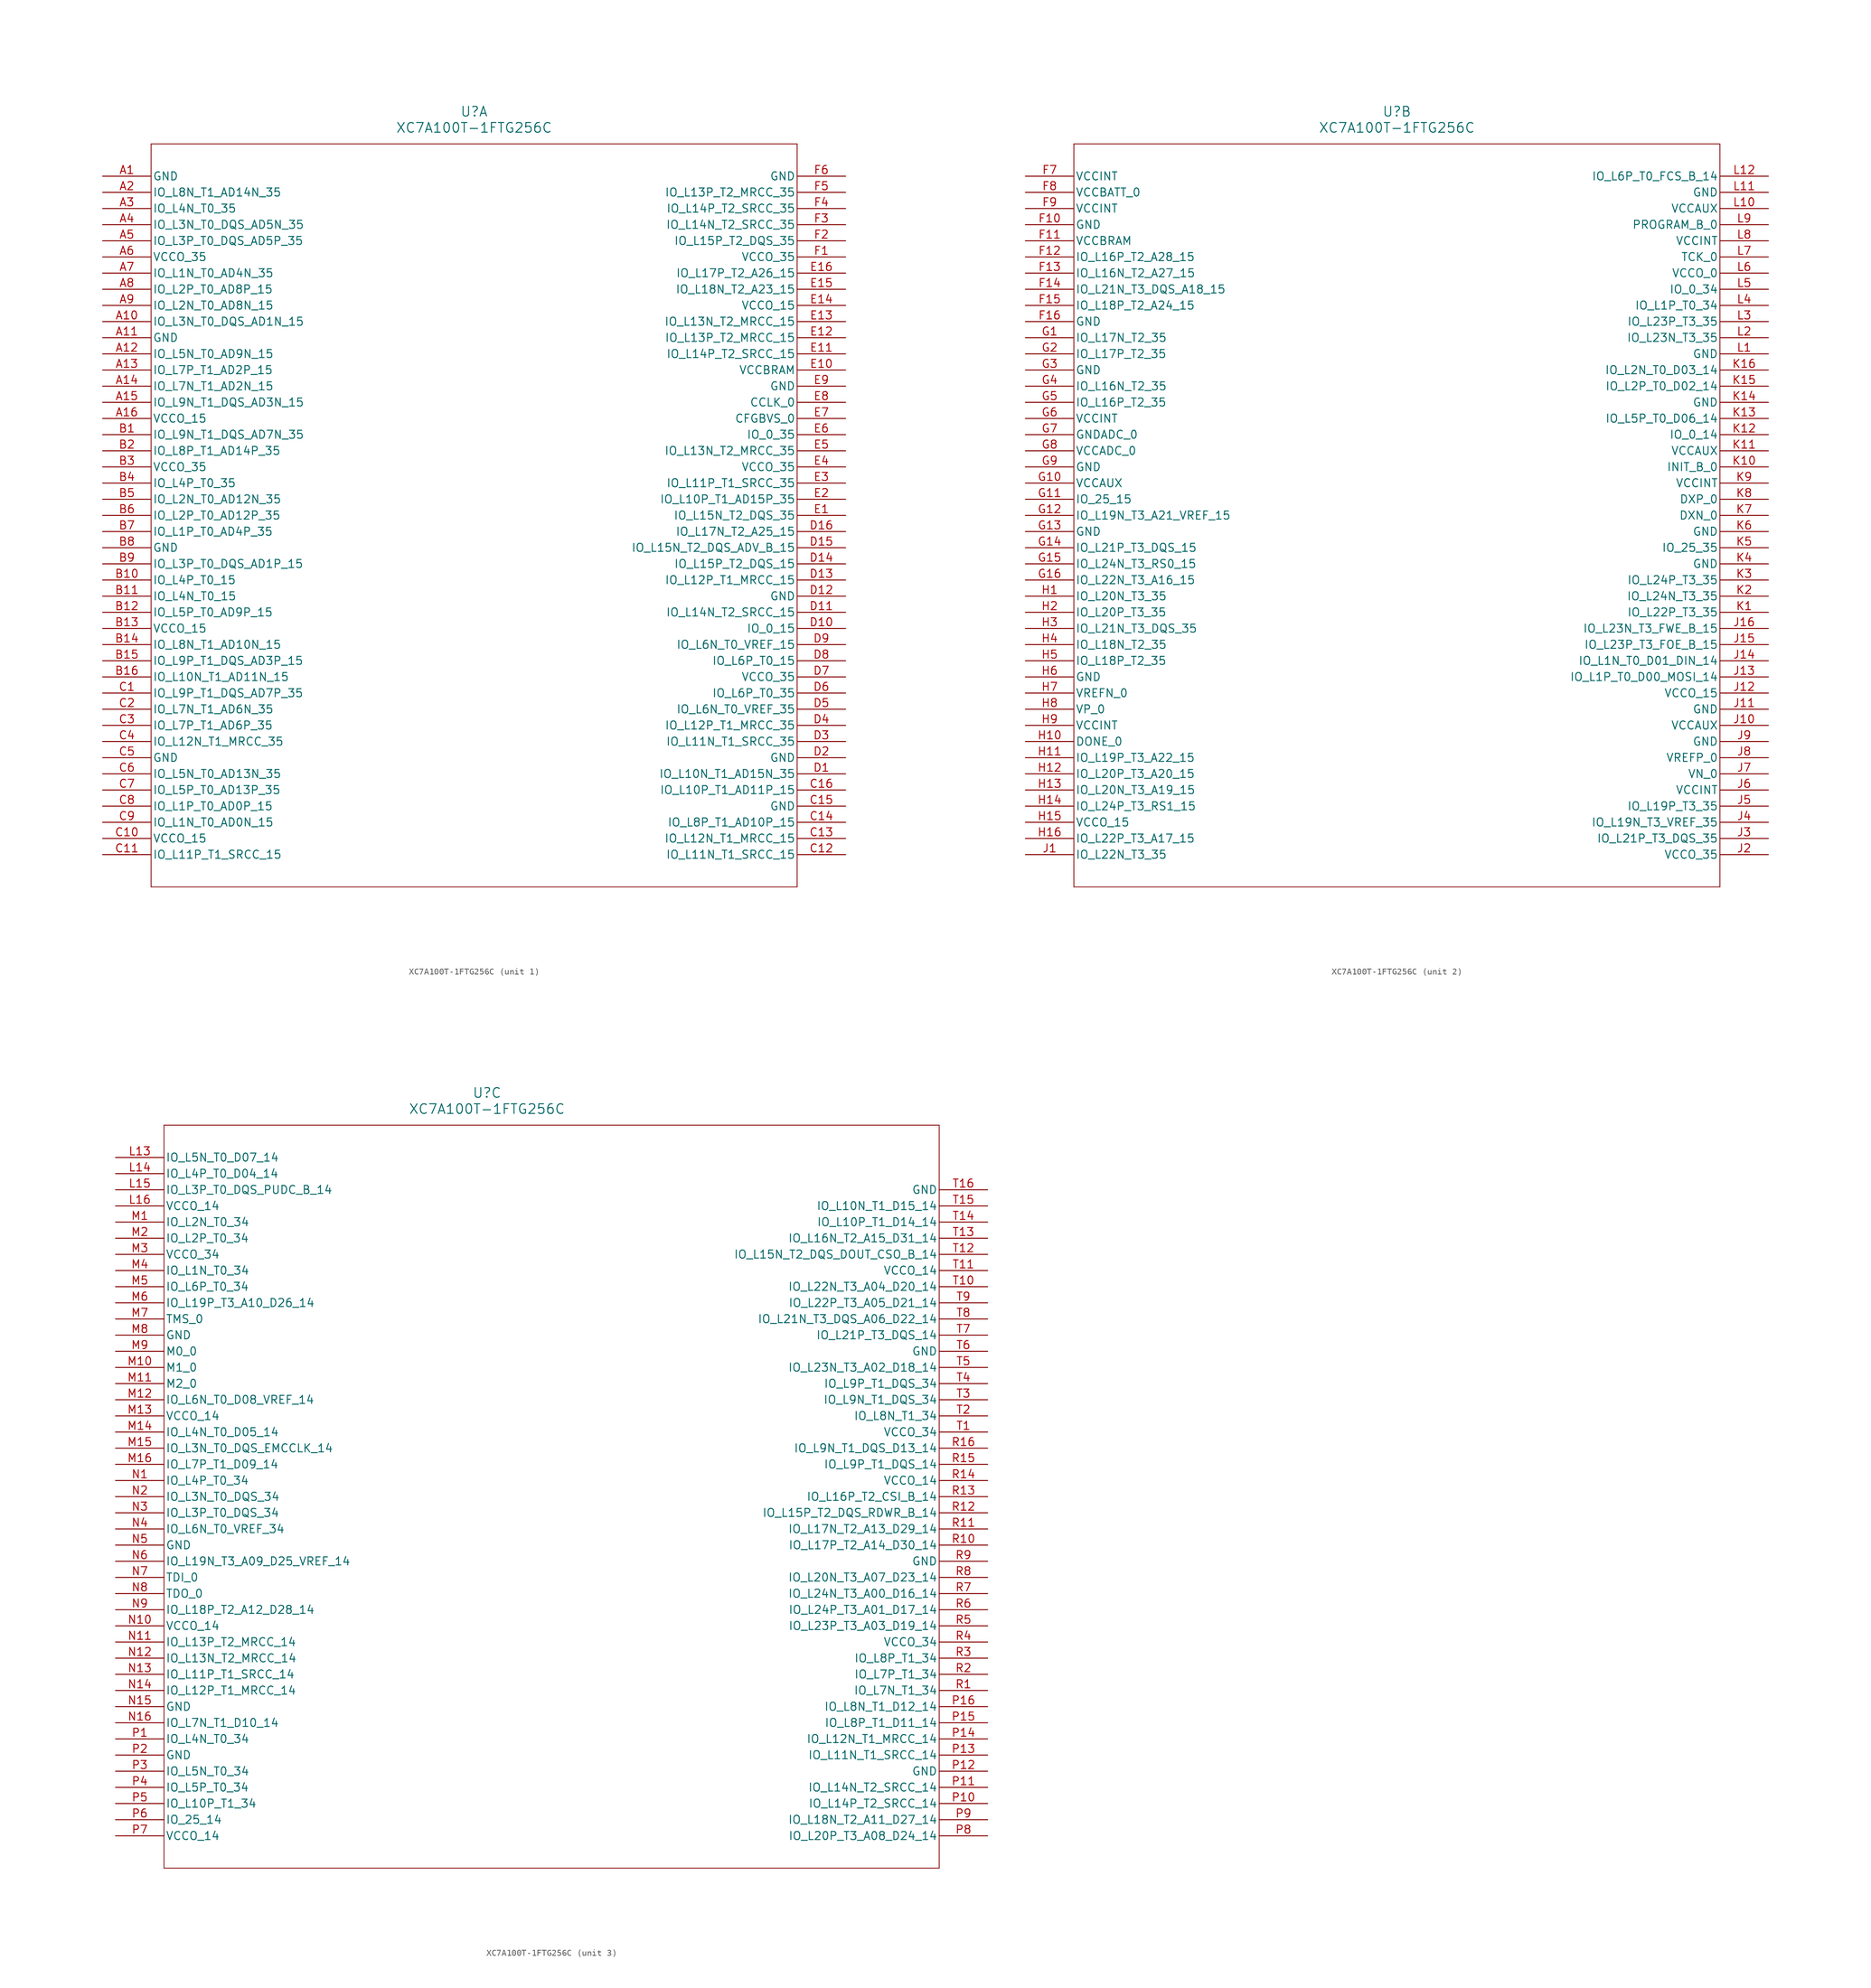
<source format=kicad_sym>
(kicad_symbol_lib
  (version 20231120)
  (generator "kicad_symbol_editor")
  (generator_version "8.0")
  (symbol "XC7A100T-1FTG256C"
    (pin_names
      (offset 0.254))
    (property "Reference" "U"
      (at 58.42 10.16 0)
      (effects (font (size 1.524 1.524))))
    (property "Value" "XC7A100T-1FTG256C"
      (at 58.42 7.62 0)
      (effects (font (size 1.524 1.524))))
    (property "ki_locked" ""
      (at 0 0 0)
      (effects (font (size 1.27 1.27))))
    (symbol "XC7A100T-1FTG256C_1_1"
      (polyline (pts (xy 7.62 -111.76) (xy 109.22 -111.76)) (stroke (width 0.127) (type default)) (fill (type none)))
      (polyline (pts (xy 7.62 5.08) (xy 7.62 -111.76)) (stroke (width 0.127) (type default)) (fill (type none)))
      (polyline (pts (xy 109.22 -111.76) (xy 109.22 5.08)) (stroke (width 0.127) (type default)) (fill (type none)))
      (polyline (pts (xy 109.22 5.08) (xy 7.62 5.08)) (stroke (width 0.127) (type default)) (fill (type none)))
      (pin power_out line (at 0 0 0) (length 7.62) (name "GND" (effects (font (size 1.27 1.27)))) (number "A1" (effects (font (size 1.27 1.27)))))
      (pin bidirectional line (at 0 -22.86 0) (length 7.62) (name "IO_L3N_T0_DQS_AD1N_15" (effects (font (size 1.27 1.27)))) (number "A10" (effects (font (size 1.27 1.27)))))
      (pin power_out line (at 0 -25.4 0) (length 7.62) (name "GND" (effects (font (size 1.27 1.27)))) (number "A11" (effects (font (size 1.27 1.27)))))
      (pin bidirectional line (at 0 -27.94 0) (length 7.62) (name "IO_L5N_T0_AD9N_15" (effects (font (size 1.27 1.27)))) (number "A12" (effects (font (size 1.27 1.27)))))
      (pin bidirectional line (at 0 -30.48 0) (length 7.62) (name "IO_L7P_T1_AD2P_15" (effects (font (size 1.27 1.27)))) (number "A13" (effects (font (size 1.27 1.27)))))
      (pin bidirectional line (at 0 -33.02 0) (length 7.62) (name "IO_L7N_T1_AD2N_15" (effects (font (size 1.27 1.27)))) (number "A14" (effects (font (size 1.27 1.27)))))
      (pin bidirectional line (at 0 -35.56 0) (length 7.62) (name "IO_L9N_T1_DQS_AD3N_15" (effects (font (size 1.27 1.27)))) (number "A15" (effects (font (size 1.27 1.27)))))
      (pin power_in line (at 0 -38.1 0) (length 7.62) (name "VCCO_15" (effects (font (size 1.27 1.27)))) (number "A16" (effects (font (size 1.27 1.27)))))
      (pin bidirectional line (at 0 -2.54 0) (length 7.62) (name "IO_L8N_T1_AD14N_35" (effects (font (size 1.27 1.27)))) (number "A2" (effects (font (size 1.27 1.27)))))
      (pin bidirectional line (at 0 -5.08 0) (length 7.62) (name "IO_L4N_T0_35" (effects (font (size 1.27 1.27)))) (number "A3" (effects (font (size 1.27 1.27)))))
      (pin bidirectional line (at 0 -7.62 0) (length 7.62) (name "IO_L3N_T0_DQS_AD5N_35" (effects (font (size 1.27 1.27)))) (number "A4" (effects (font (size 1.27 1.27)))))
      (pin bidirectional line (at 0 -10.16 0) (length 7.62) (name "IO_L3P_T0_DQS_AD5P_35" (effects (font (size 1.27 1.27)))) (number "A5" (effects (font (size 1.27 1.27)))))
      (pin power_in line (at 0 -12.7 0) (length 7.62) (name "VCCO_35" (effects (font (size 1.27 1.27)))) (number "A6" (effects (font (size 1.27 1.27)))))
      (pin bidirectional line (at 0 -15.24 0) (length 7.62) (name "IO_L1N_T0_AD4N_35" (effects (font (size 1.27 1.27)))) (number "A7" (effects (font (size 1.27 1.27)))))
      (pin bidirectional line (at 0 -17.78 0) (length 7.62) (name "IO_L2P_T0_AD8P_15" (effects (font (size 1.27 1.27)))) (number "A8" (effects (font (size 1.27 1.27)))))
      (pin bidirectional line (at 0 -20.32 0) (length 7.62) (name "IO_L2N_T0_AD8N_15" (effects (font (size 1.27 1.27)))) (number "A9" (effects (font (size 1.27 1.27)))))
      (pin bidirectional line (at 0 -40.64 0) (length 7.62) (name "IO_L9N_T1_DQS_AD7N_35" (effects (font (size 1.27 1.27)))) (number "B1" (effects (font (size 1.27 1.27)))))
      (pin bidirectional line (at 0 -63.5 0) (length 7.62) (name "IO_L4P_T0_15" (effects (font (size 1.27 1.27)))) (number "B10" (effects (font (size 1.27 1.27)))))
      (pin bidirectional line (at 0 -66.04 0) (length 7.62) (name "IO_L4N_T0_15" (effects (font (size 1.27 1.27)))) (number "B11" (effects (font (size 1.27 1.27)))))
      (pin bidirectional line (at 0 -68.58 0) (length 7.62) (name "IO_L5P_T0_AD9P_15" (effects (font (size 1.27 1.27)))) (number "B12" (effects (font (size 1.27 1.27)))))
      (pin power_in line (at 0 -71.12 0) (length 7.62) (name "VCCO_15" (effects (font (size 1.27 1.27)))) (number "B13" (effects (font (size 1.27 1.27)))))
      (pin bidirectional line (at 0 -73.66 0) (length 7.62) (name "IO_L8N_T1_AD10N_15" (effects (font (size 1.27 1.27)))) (number "B14" (effects (font (size 1.27 1.27)))))
      (pin bidirectional line (at 0 -76.2 0) (length 7.62) (name "IO_L9P_T1_DQS_AD3P_15" (effects (font (size 1.27 1.27)))) (number "B15" (effects (font (size 1.27 1.27)))))
      (pin bidirectional line (at 0 -78.74 0) (length 7.62) (name "IO_L10N_T1_AD11N_15" (effects (font (size 1.27 1.27)))) (number "B16" (effects (font (size 1.27 1.27)))))
      (pin bidirectional line (at 0 -43.18 0) (length 7.62) (name "IO_L8P_T1_AD14P_35" (effects (font (size 1.27 1.27)))) (number "B2" (effects (font (size 1.27 1.27)))))
      (pin power_in line (at 0 -45.72 0) (length 7.62) (name "VCCO_35" (effects (font (size 1.27 1.27)))) (number "B3" (effects (font (size 1.27 1.27)))))
      (pin bidirectional line (at 0 -48.26 0) (length 7.62) (name "IO_L4P_T0_35" (effects (font (size 1.27 1.27)))) (number "B4" (effects (font (size 1.27 1.27)))))
      (pin bidirectional line (at 0 -50.8 0) (length 7.62) (name "IO_L2N_T0_AD12N_35" (effects (font (size 1.27 1.27)))) (number "B5" (effects (font (size 1.27 1.27)))))
      (pin bidirectional line (at 0 -53.34 0) (length 7.62) (name "IO_L2P_T0_AD12P_35" (effects (font (size 1.27 1.27)))) (number "B6" (effects (font (size 1.27 1.27)))))
      (pin bidirectional line (at 0 -55.88 0) (length 7.62) (name "IO_L1P_T0_AD4P_35" (effects (font (size 1.27 1.27)))) (number "B7" (effects (font (size 1.27 1.27)))))
      (pin power_out line (at 0 -58.42 0) (length 7.62) (name "GND" (effects (font (size 1.27 1.27)))) (number "B8" (effects (font (size 1.27 1.27)))))
      (pin bidirectional line (at 0 -60.96 0) (length 7.62) (name "IO_L3P_T0_DQS_AD1P_15" (effects (font (size 1.27 1.27)))) (number "B9" (effects (font (size 1.27 1.27)))))
      (pin bidirectional line (at 0 -81.28 0) (length 7.62) (name "IO_L9P_T1_DQS_AD7P_35" (effects (font (size 1.27 1.27)))) (number "C1" (effects (font (size 1.27 1.27)))))
      (pin power_in line (at 0 -104.14 0) (length 7.62) (name "VCCO_15" (effects (font (size 1.27 1.27)))) (number "C10" (effects (font (size 1.27 1.27)))))
      (pin bidirectional line (at 0 -106.68 0) (length 7.62) (name "IO_L11P_T1_SRCC_15" (effects (font (size 1.27 1.27)))) (number "C11" (effects (font (size 1.27 1.27)))))
      (pin bidirectional line (at 116.84 -106.68 180) (length 7.62) (name "IO_L11N_T1_SRCC_15" (effects (font (size 1.27 1.27)))) (number "C12" (effects (font (size 1.27 1.27)))))
      (pin bidirectional line (at 116.84 -104.14 180) (length 7.62) (name "IO_L12N_T1_MRCC_15" (effects (font (size 1.27 1.27)))) (number "C13" (effects (font (size 1.27 1.27)))))
      (pin bidirectional line (at 116.84 -101.6 180) (length 7.62) (name "IO_L8P_T1_AD10P_15" (effects (font (size 1.27 1.27)))) (number "C14" (effects (font (size 1.27 1.27)))))
      (pin power_out line (at 116.84 -99.06 180) (length 7.62) (name "GND" (effects (font (size 1.27 1.27)))) (number "C15" (effects (font (size 1.27 1.27)))))
      (pin bidirectional line (at 116.84 -96.52 180) (length 7.62) (name "IO_L10P_T1_AD11P_15" (effects (font (size 1.27 1.27)))) (number "C16" (effects (font (size 1.27 1.27)))))
      (pin bidirectional line (at 0 -83.82 0) (length 7.62) (name "IO_L7N_T1_AD6N_35" (effects (font (size 1.27 1.27)))) (number "C2" (effects (font (size 1.27 1.27)))))
      (pin bidirectional line (at 0 -86.36 0) (length 7.62) (name "IO_L7P_T1_AD6P_35" (effects (font (size 1.27 1.27)))) (number "C3" (effects (font (size 1.27 1.27)))))
      (pin bidirectional line (at 0 -88.9 0) (length 7.62) (name "IO_L12N_T1_MRCC_35" (effects (font (size 1.27 1.27)))) (number "C4" (effects (font (size 1.27 1.27)))))
      (pin power_out line (at 0 -91.44 0) (length 7.62) (name "GND" (effects (font (size 1.27 1.27)))) (number "C5" (effects (font (size 1.27 1.27)))))
      (pin bidirectional line (at 0 -93.98 0) (length 7.62) (name "IO_L5N_T0_AD13N_35" (effects (font (size 1.27 1.27)))) (number "C6" (effects (font (size 1.27 1.27)))))
      (pin bidirectional line (at 0 -96.52 0) (length 7.62) (name "IO_L5P_T0_AD13P_35" (effects (font (size 1.27 1.27)))) (number "C7" (effects (font (size 1.27 1.27)))))
      (pin bidirectional line (at 0 -99.06 0) (length 7.62) (name "IO_L1P_T0_AD0P_15" (effects (font (size 1.27 1.27)))) (number "C8" (effects (font (size 1.27 1.27)))))
      (pin bidirectional line (at 0 -101.6 0) (length 7.62) (name "IO_L1N_T0_AD0N_15" (effects (font (size 1.27 1.27)))) (number "C9" (effects (font (size 1.27 1.27)))))
      (pin bidirectional line (at 116.84 -93.98 180) (length 7.62) (name "IO_L10N_T1_AD15N_35" (effects (font (size 1.27 1.27)))) (number "D1" (effects (font (size 1.27 1.27)))))
      (pin bidirectional line (at 116.84 -71.12 180) (length 7.62) (name "IO_0_15" (effects (font (size 1.27 1.27)))) (number "D10" (effects (font (size 1.27 1.27)))))
      (pin bidirectional line (at 116.84 -68.58 180) (length 7.62) (name "IO_L14N_T2_SRCC_15" (effects (font (size 1.27 1.27)))) (number "D11" (effects (font (size 1.27 1.27)))))
      (pin power_out line (at 116.84 -66.04 180) (length 7.62) (name "GND" (effects (font (size 1.27 1.27)))) (number "D12" (effects (font (size 1.27 1.27)))))
      (pin bidirectional line (at 116.84 -63.5 180) (length 7.62) (name "IO_L12P_T1_MRCC_15" (effects (font (size 1.27 1.27)))) (number "D13" (effects (font (size 1.27 1.27)))))
      (pin bidirectional line (at 116.84 -60.96 180) (length 7.62) (name "IO_L15P_T2_DQS_15" (effects (font (size 1.27 1.27)))) (number "D14" (effects (font (size 1.27 1.27)))))
      (pin bidirectional line (at 116.84 -58.42 180) (length 7.62) (name "IO_L15N_T2_DQS_ADV_B_15" (effects (font (size 1.27 1.27)))) (number "D15" (effects (font (size 1.27 1.27)))))
      (pin bidirectional line (at 116.84 -55.88 180) (length 7.62) (name "IO_L17N_T2_A25_15" (effects (font (size 1.27 1.27)))) (number "D16" (effects (font (size 1.27 1.27)))))
      (pin power_out line (at 116.84 -91.44 180) (length 7.62) (name "GND" (effects (font (size 1.27 1.27)))) (number "D2" (effects (font (size 1.27 1.27)))))
      (pin bidirectional line (at 116.84 -88.9 180) (length 7.62) (name "IO_L11N_T1_SRCC_35" (effects (font (size 1.27 1.27)))) (number "D3" (effects (font (size 1.27 1.27)))))
      (pin bidirectional line (at 116.84 -86.36 180) (length 7.62) (name "IO_L12P_T1_MRCC_35" (effects (font (size 1.27 1.27)))) (number "D4" (effects (font (size 1.27 1.27)))))
      (pin bidirectional line (at 116.84 -83.82 180) (length 7.62) (name "IO_L6N_T0_VREF_35" (effects (font (size 1.27 1.27)))) (number "D5" (effects (font (size 1.27 1.27)))))
      (pin bidirectional line (at 116.84 -81.28 180) (length 7.62) (name "IO_L6P_T0_35" (effects (font (size 1.27 1.27)))) (number "D6" (effects (font (size 1.27 1.27)))))
      (pin power_in line (at 116.84 -78.74 180) (length 7.62) (name "VCCO_35" (effects (font (size 1.27 1.27)))) (number "D7" (effects (font (size 1.27 1.27)))))
      (pin bidirectional line (at 116.84 -76.2 180) (length 7.62) (name "IO_L6P_T0_15" (effects (font (size 1.27 1.27)))) (number "D8" (effects (font (size 1.27 1.27)))))
      (pin bidirectional line (at 116.84 -73.66 180) (length 7.62) (name "IO_L6N_T0_VREF_15" (effects (font (size 1.27 1.27)))) (number "D9" (effects (font (size 1.27 1.27)))))
      (pin bidirectional line (at 116.84 -53.34 180) (length 7.62) (name "IO_L15N_T2_DQS_35" (effects (font (size 1.27 1.27)))) (number "E1" (effects (font (size 1.27 1.27)))))
      (pin power_in line (at 116.84 -30.48 180) (length 7.62) (name "VCCBRAM" (effects (font (size 1.27 1.27)))) (number "E10" (effects (font (size 1.27 1.27)))))
      (pin bidirectional line (at 116.84 -27.94 180) (length 7.62) (name "IO_L14P_T2_SRCC_15" (effects (font (size 1.27 1.27)))) (number "E11" (effects (font (size 1.27 1.27)))))
      (pin bidirectional line (at 116.84 -25.4 180) (length 7.62) (name "IO_L13P_T2_MRCC_15" (effects (font (size 1.27 1.27)))) (number "E12" (effects (font (size 1.27 1.27)))))
      (pin bidirectional line (at 116.84 -22.86 180) (length 7.62) (name "IO_L13N_T2_MRCC_15" (effects (font (size 1.27 1.27)))) (number "E13" (effects (font (size 1.27 1.27)))))
      (pin power_in line (at 116.84 -20.32 180) (length 7.62) (name "VCCO_15" (effects (font (size 1.27 1.27)))) (number "E14" (effects (font (size 1.27 1.27)))))
      (pin bidirectional line (at 116.84 -17.78 180) (length 7.62) (name "IO_L18N_T2_A23_15" (effects (font (size 1.27 1.27)))) (number "E15" (effects (font (size 1.27 1.27)))))
      (pin bidirectional line (at 116.84 -15.24 180) (length 7.62) (name "IO_L17P_T2_A26_15" (effects (font (size 1.27 1.27)))) (number "E16" (effects (font (size 1.27 1.27)))))
      (pin bidirectional line (at 116.84 -50.8 180) (length 7.62) (name "IO_L10P_T1_AD15P_35" (effects (font (size 1.27 1.27)))) (number "E2" (effects (font (size 1.27 1.27)))))
      (pin bidirectional line (at 116.84 -48.26 180) (length 7.62) (name "IO_L11P_T1_SRCC_35" (effects (font (size 1.27 1.27)))) (number "E3" (effects (font (size 1.27 1.27)))))
      (pin power_in line (at 116.84 -45.72 180) (length 7.62) (name "VCCO_35" (effects (font (size 1.27 1.27)))) (number "E4" (effects (font (size 1.27 1.27)))))
      (pin bidirectional line (at 116.84 -43.18 180) (length 7.62) (name "IO_L13N_T2_MRCC_35" (effects (font (size 1.27 1.27)))) (number "E5" (effects (font (size 1.27 1.27)))))
      (pin bidirectional line (at 116.84 -40.64 180) (length 7.62) (name "IO_0_35" (effects (font (size 1.27 1.27)))) (number "E6" (effects (font (size 1.27 1.27)))))
      (pin input line (at 116.84 -38.1 180) (length 7.62) (name "CFGBVS_0" (effects (font (size 1.27 1.27)))) (number "E7" (effects (font (size 1.27 1.27)))))
      (pin bidirectional line (at 116.84 -35.56 180) (length 7.62) (name "CCLK_0" (effects (font (size 1.27 1.27)))) (number "E8" (effects (font (size 1.27 1.27)))))
      (pin power_out line (at 116.84 -33.02 180) (length 7.62) (name "GND" (effects (font (size 1.27 1.27)))) (number "E9" (effects (font (size 1.27 1.27)))))
      (pin power_in line (at 116.84 -12.7 180) (length 7.62) (name "VCCO_35" (effects (font (size 1.27 1.27)))) (number "F1" (effects (font (size 1.27 1.27)))))
      (pin bidirectional line (at 116.84 -10.16 180) (length 7.62) (name "IO_L15P_T2_DQS_35" (effects (font (size 1.27 1.27)))) (number "F2" (effects (font (size 1.27 1.27)))))
      (pin bidirectional line (at 116.84 -7.62 180) (length 7.62) (name "IO_L14N_T2_SRCC_35" (effects (font (size 1.27 1.27)))) (number "F3" (effects (font (size 1.27 1.27)))))
      (pin bidirectional line (at 116.84 -5.08 180) (length 7.62) (name "IO_L14P_T2_SRCC_35" (effects (font (size 1.27 1.27)))) (number "F4" (effects (font (size 1.27 1.27)))))
      (pin bidirectional line (at 116.84 -2.54 180) (length 7.62) (name "IO_L13P_T2_MRCC_35" (effects (font (size 1.27 1.27)))) (number "F5" (effects (font (size 1.27 1.27)))))
      (pin power_out line (at 116.84 0 180) (length 7.62) (name "GND" (effects (font (size 1.27 1.27)))) (number "F6" (effects (font (size 1.27 1.27))))))
    (symbol "XC7A100T-1FTG256C_2_1"
      (polyline (pts (xy 7.62 -111.76) (xy 109.22 -111.76)) (stroke (width 0.127) (type default)) (fill (type none)))
      (polyline (pts (xy 7.62 5.08) (xy 7.62 -111.76)) (stroke (width 0.127) (type default)) (fill (type none)))
      (polyline (pts (xy 109.22 -111.76) (xy 109.22 5.08)) (stroke (width 0.127) (type default)) (fill (type none)))
      (polyline (pts (xy 109.22 5.08) (xy 7.62 5.08)) (stroke (width 0.127) (type default)) (fill (type none)))
      (pin power_out line (at 0 -7.62 0) (length 7.62) (name "GND" (effects (font (size 1.27 1.27)))) (number "F10" (effects (font (size 1.27 1.27)))))
      (pin power_in line (at 0 -10.16 0) (length 7.62) (name "VCCBRAM" (effects (font (size 1.27 1.27)))) (number "F11" (effects (font (size 1.27 1.27)))))
      (pin bidirectional line (at 0 -12.7 0) (length 7.62) (name "IO_L16P_T2_A28_15" (effects (font (size 1.27 1.27)))) (number "F12" (effects (font (size 1.27 1.27)))))
      (pin bidirectional line (at 0 -15.24 0) (length 7.62) (name "IO_L16N_T2_A27_15" (effects (font (size 1.27 1.27)))) (number "F13" (effects (font (size 1.27 1.27)))))
      (pin bidirectional line (at 0 -17.78 0) (length 7.62) (name "IO_L21N_T3_DQS_A18_15" (effects (font (size 1.27 1.27)))) (number "F14" (effects (font (size 1.27 1.27)))))
      (pin bidirectional line (at 0 -20.32 0) (length 7.62) (name "IO_L18P_T2_A24_15" (effects (font (size 1.27 1.27)))) (number "F15" (effects (font (size 1.27 1.27)))))
      (pin power_out line (at 0 -22.86 0) (length 7.62) (name "GND" (effects (font (size 1.27 1.27)))) (number "F16" (effects (font (size 1.27 1.27)))))
      (pin power_in line (at 0 0 0) (length 7.62) (name "VCCINT" (effects (font (size 1.27 1.27)))) (number "F7" (effects (font (size 1.27 1.27)))))
      (pin power_in line (at 0 -2.54 0) (length 7.62) (name "VCCBATT_0" (effects (font (size 1.27 1.27)))) (number "F8" (effects (font (size 1.27 1.27)))))
      (pin power_in line (at 0 -5.08 0) (length 7.62) (name "VCCINT" (effects (font (size 1.27 1.27)))) (number "F9" (effects (font (size 1.27 1.27)))))
      (pin bidirectional line (at 0 -25.4 0) (length 7.62) (name "IO_L17N_T2_35" (effects (font (size 1.27 1.27)))) (number "G1" (effects (font (size 1.27 1.27)))))
      (pin power_in line (at 0 -48.26 0) (length 7.62) (name "VCCAUX" (effects (font (size 1.27 1.27)))) (number "G10" (effects (font (size 1.27 1.27)))))
      (pin bidirectional line (at 0 -50.8 0) (length 7.62) (name "IO_25_15" (effects (font (size 1.27 1.27)))) (number "G11" (effects (font (size 1.27 1.27)))))
      (pin bidirectional line (at 0 -53.34 0) (length 7.62) (name "IO_L19N_T3_A21_VREF_15" (effects (font (size 1.27 1.27)))) (number "G12" (effects (font (size 1.27 1.27)))))
      (pin power_out line (at 0 -55.88 0) (length 7.62) (name "GND" (effects (font (size 1.27 1.27)))) (number "G13" (effects (font (size 1.27 1.27)))))
      (pin bidirectional line (at 0 -58.42 0) (length 7.62) (name "IO_L21P_T3_DQS_15" (effects (font (size 1.27 1.27)))) (number "G14" (effects (font (size 1.27 1.27)))))
      (pin bidirectional line (at 0 -60.96 0) (length 7.62) (name "IO_L24N_T3_RS0_15" (effects (font (size 1.27 1.27)))) (number "G15" (effects (font (size 1.27 1.27)))))
      (pin bidirectional line (at 0 -63.5 0) (length 7.62) (name "IO_L22N_T3_A16_15" (effects (font (size 1.27 1.27)))) (number "G16" (effects (font (size 1.27 1.27)))))
      (pin bidirectional line (at 0 -27.94 0) (length 7.62) (name "IO_L17P_T2_35" (effects (font (size 1.27 1.27)))) (number "G2" (effects (font (size 1.27 1.27)))))
      (pin power_out line (at 0 -30.48 0) (length 7.62) (name "GND" (effects (font (size 1.27 1.27)))) (number "G3" (effects (font (size 1.27 1.27)))))
      (pin bidirectional line (at 0 -33.02 0) (length 7.62) (name "IO_L16N_T2_35" (effects (font (size 1.27 1.27)))) (number "G4" (effects (font (size 1.27 1.27)))))
      (pin bidirectional line (at 0 -35.56 0) (length 7.62) (name "IO_L16P_T2_35" (effects (font (size 1.27 1.27)))) (number "G5" (effects (font (size 1.27 1.27)))))
      (pin power_in line (at 0 -38.1 0) (length 7.62) (name "VCCINT" (effects (font (size 1.27 1.27)))) (number "G6" (effects (font (size 1.27 1.27)))))
      (pin power_out line (at 0 -40.64 0) (length 7.62) (name "GNDADC_0" (effects (font (size 1.27 1.27)))) (number "G7" (effects (font (size 1.27 1.27)))))
      (pin power_in line (at 0 -43.18 0) (length 7.62) (name "VCCADC_0" (effects (font (size 1.27 1.27)))) (number "G8" (effects (font (size 1.27 1.27)))))
      (pin power_out line (at 0 -45.72 0) (length 7.62) (name "GND" (effects (font (size 1.27 1.27)))) (number "G9" (effects (font (size 1.27 1.27)))))
      (pin bidirectional line (at 0 -66.04 0) (length 7.62) (name "IO_L20N_T3_35" (effects (font (size 1.27 1.27)))) (number "H1" (effects (font (size 1.27 1.27)))))
      (pin bidirectional line (at 0 -88.9 0) (length 7.62) (name "DONE_0" (effects (font (size 1.27 1.27)))) (number "H10" (effects (font (size 1.27 1.27)))))
      (pin bidirectional line (at 0 -91.44 0) (length 7.62) (name "IO_L19P_T3_A22_15" (effects (font (size 1.27 1.27)))) (number "H11" (effects (font (size 1.27 1.27)))))
      (pin bidirectional line (at 0 -93.98 0) (length 7.62) (name "IO_L20P_T3_A20_15" (effects (font (size 1.27 1.27)))) (number "H12" (effects (font (size 1.27 1.27)))))
      (pin bidirectional line (at 0 -96.52 0) (length 7.62) (name "IO_L20N_T3_A19_15" (effects (font (size 1.27 1.27)))) (number "H13" (effects (font (size 1.27 1.27)))))
      (pin bidirectional line (at 0 -99.06 0) (length 7.62) (name "IO_L24P_T3_RS1_15" (effects (font (size 1.27 1.27)))) (number "H14" (effects (font (size 1.27 1.27)))))
      (pin power_in line (at 0 -101.6 0) (length 7.62) (name "VCCO_15" (effects (font (size 1.27 1.27)))) (number "H15" (effects (font (size 1.27 1.27)))))
      (pin bidirectional line (at 0 -104.14 0) (length 7.62) (name "IO_L22P_T3_A17_15" (effects (font (size 1.27 1.27)))) (number "H16" (effects (font (size 1.27 1.27)))))
      (pin bidirectional line (at 0 -68.58 0) (length 7.62) (name "IO_L20P_T3_35" (effects (font (size 1.27 1.27)))) (number "H2" (effects (font (size 1.27 1.27)))))
      (pin bidirectional line (at 0 -71.12 0) (length 7.62) (name "IO_L21N_T3_DQS_35" (effects (font (size 1.27 1.27)))) (number "H3" (effects (font (size 1.27 1.27)))))
      (pin bidirectional line (at 0 -73.66 0) (length 7.62) (name "IO_L18N_T2_35" (effects (font (size 1.27 1.27)))) (number "H4" (effects (font (size 1.27 1.27)))))
      (pin bidirectional line (at 0 -76.2 0) (length 7.62) (name "IO_L18P_T2_35" (effects (font (size 1.27 1.27)))) (number "H5" (effects (font (size 1.27 1.27)))))
      (pin power_out line (at 0 -78.74 0) (length 7.62) (name "GND" (effects (font (size 1.27 1.27)))) (number "H6" (effects (font (size 1.27 1.27)))))
      (pin power_in line (at 0 -81.28 0) (length 7.62) (name "VREFN_0" (effects (font (size 1.27 1.27)))) (number "H7" (effects (font (size 1.27 1.27)))))
      (pin input line (at 0 -83.82 0) (length 7.62) (name "VP_0" (effects (font (size 1.27 1.27)))) (number "H8" (effects (font (size 1.27 1.27)))))
      (pin power_in line (at 0 -86.36 0) (length 7.62) (name "VCCINT" (effects (font (size 1.27 1.27)))) (number "H9" (effects (font (size 1.27 1.27)))))
      (pin bidirectional line (at 0 -106.68 0) (length 7.62) (name "IO_L22N_T3_35" (effects (font (size 1.27 1.27)))) (number "J1" (effects (font (size 1.27 1.27)))))
      (pin power_in line (at 116.84 -86.36 180) (length 7.62) (name "VCCAUX" (effects (font (size 1.27 1.27)))) (number "J10" (effects (font (size 1.27 1.27)))))
      (pin power_out line (at 116.84 -83.82 180) (length 7.62) (name "GND" (effects (font (size 1.27 1.27)))) (number "J11" (effects (font (size 1.27 1.27)))))
      (pin power_in line (at 116.84 -81.28 180) (length 7.62) (name "VCCO_15" (effects (font (size 1.27 1.27)))) (number "J12" (effects (font (size 1.27 1.27)))))
      (pin bidirectional line (at 116.84 -78.74 180) (length 7.62) (name "IO_L1P_T0_D00_MOSI_14" (effects (font (size 1.27 1.27)))) (number "J13" (effects (font (size 1.27 1.27)))))
      (pin bidirectional line (at 116.84 -76.2 180) (length 7.62) (name "IO_L1N_T0_D01_DIN_14" (effects (font (size 1.27 1.27)))) (number "J14" (effects (font (size 1.27 1.27)))))
      (pin bidirectional line (at 116.84 -73.66 180) (length 7.62) (name "IO_L23P_T3_FOE_B_15" (effects (font (size 1.27 1.27)))) (number "J15" (effects (font (size 1.27 1.27)))))
      (pin bidirectional line (at 116.84 -71.12 180) (length 7.62) (name "IO_L23N_T3_FWE_B_15" (effects (font (size 1.27 1.27)))) (number "J16" (effects (font (size 1.27 1.27)))))
      (pin power_in line (at 116.84 -106.68 180) (length 7.62) (name "VCCO_35" (effects (font (size 1.27 1.27)))) (number "J2" (effects (font (size 1.27 1.27)))))
      (pin bidirectional line (at 116.84 -104.14 180) (length 7.62) (name "IO_L21P_T3_DQS_35" (effects (font (size 1.27 1.27)))) (number "J3" (effects (font (size 1.27 1.27)))))
      (pin bidirectional line (at 116.84 -101.6 180) (length 7.62) (name "IO_L19N_T3_VREF_35" (effects (font (size 1.27 1.27)))) (number "J4" (effects (font (size 1.27 1.27)))))
      (pin bidirectional line (at 116.84 -99.06 180) (length 7.62) (name "IO_L19P_T3_35" (effects (font (size 1.27 1.27)))) (number "J5" (effects (font (size 1.27 1.27)))))
      (pin power_in line (at 116.84 -96.52 180) (length 7.62) (name "VCCINT" (effects (font (size 1.27 1.27)))) (number "J6" (effects (font (size 1.27 1.27)))))
      (pin input line (at 116.84 -93.98 180) (length 7.62) (name "VN_0" (effects (font (size 1.27 1.27)))) (number "J7" (effects (font (size 1.27 1.27)))))
      (pin power_in line (at 116.84 -91.44 180) (length 7.62) (name "VREFP_0" (effects (font (size 1.27 1.27)))) (number "J8" (effects (font (size 1.27 1.27)))))
      (pin power_out line (at 116.84 -88.9 180) (length 7.62) (name "GND" (effects (font (size 1.27 1.27)))) (number "J9" (effects (font (size 1.27 1.27)))))
      (pin bidirectional line (at 116.84 -68.58 180) (length 7.62) (name "IO_L22P_T3_35" (effects (font (size 1.27 1.27)))) (number "K1" (effects (font (size 1.27 1.27)))))
      (pin bidirectional line (at 116.84 -45.72 180) (length 7.62) (name "INIT_B_0" (effects (font (size 1.27 1.27)))) (number "K10" (effects (font (size 1.27 1.27)))))
      (pin power_in line (at 116.84 -43.18 180) (length 7.62) (name "VCCAUX" (effects (font (size 1.27 1.27)))) (number "K11" (effects (font (size 1.27 1.27)))))
      (pin bidirectional line (at 116.84 -40.64 180) (length 7.62) (name "IO_0_14" (effects (font (size 1.27 1.27)))) (number "K12" (effects (font (size 1.27 1.27)))))
      (pin bidirectional line (at 116.84 -38.1 180) (length 7.62) (name "IO_L5P_T0_D06_14" (effects (font (size 1.27 1.27)))) (number "K13" (effects (font (size 1.27 1.27)))))
      (pin power_out line (at 116.84 -35.56 180) (length 7.62) (name "GND" (effects (font (size 1.27 1.27)))) (number "K14" (effects (font (size 1.27 1.27)))))
      (pin bidirectional line (at 116.84 -33.02 180) (length 7.62) (name "IO_L2P_T0_D02_14" (effects (font (size 1.27 1.27)))) (number "K15" (effects (font (size 1.27 1.27)))))
      (pin bidirectional line (at 116.84 -30.48 180) (length 7.62) (name "IO_L2N_T0_D03_14" (effects (font (size 1.27 1.27)))) (number "K16" (effects (font (size 1.27 1.27)))))
      (pin bidirectional line (at 116.84 -66.04 180) (length 7.62) (name "IO_L24N_T3_35" (effects (font (size 1.27 1.27)))) (number "K2" (effects (font (size 1.27 1.27)))))
      (pin bidirectional line (at 116.84 -63.5 180) (length 7.62) (name "IO_L24P_T3_35" (effects (font (size 1.27 1.27)))) (number "K3" (effects (font (size 1.27 1.27)))))
      (pin power_out line (at 116.84 -60.96 180) (length 7.62) (name "GND" (effects (font (size 1.27 1.27)))) (number "K4" (effects (font (size 1.27 1.27)))))
      (pin bidirectional line (at 116.84 -58.42 180) (length 7.62) (name "IO_25_35" (effects (font (size 1.27 1.27)))) (number "K5" (effects (font (size 1.27 1.27)))))
      (pin power_out line (at 116.84 -55.88 180) (length 7.62) (name "GND" (effects (font (size 1.27 1.27)))) (number "K6" (effects (font (size 1.27 1.27)))))
      (pin unspecified line (at 116.84 -53.34 180) (length 7.62) (name "DXN_0" (effects (font (size 1.27 1.27)))) (number "K7" (effects (font (size 1.27 1.27)))))
      (pin unspecified line (at 116.84 -50.8 180) (length 7.62) (name "DXP_0" (effects (font (size 1.27 1.27)))) (number "K8" (effects (font (size 1.27 1.27)))))
      (pin power_in line (at 116.84 -48.26 180) (length 7.62) (name "VCCINT" (effects (font (size 1.27 1.27)))) (number "K9" (effects (font (size 1.27 1.27)))))
      (pin power_out line (at 116.84 -27.94 180) (length 7.62) (name "GND" (effects (font (size 1.27 1.27)))) (number "L1" (effects (font (size 1.27 1.27)))))
      (pin power_in line (at 116.84 -5.08 180) (length 7.62) (name "VCCAUX" (effects (font (size 1.27 1.27)))) (number "L10" (effects (font (size 1.27 1.27)))))
      (pin power_out line (at 116.84 -2.54 180) (length 7.62) (name "GND" (effects (font (size 1.27 1.27)))) (number "L11" (effects (font (size 1.27 1.27)))))
      (pin bidirectional line (at 116.84 0 180) (length 7.62) (name "IO_L6P_T0_FCS_B_14" (effects (font (size 1.27 1.27)))) (number "L12" (effects (font (size 1.27 1.27)))))
      (pin bidirectional line (at 116.84 -25.4 180) (length 7.62) (name "IO_L23N_T3_35" (effects (font (size 1.27 1.27)))) (number "L2" (effects (font (size 1.27 1.27)))))
      (pin bidirectional line (at 116.84 -22.86 180) (length 7.62) (name "IO_L23P_T3_35" (effects (font (size 1.27 1.27)))) (number "L3" (effects (font (size 1.27 1.27)))))
      (pin bidirectional line (at 116.84 -20.32 180) (length 7.62) (name "IO_L1P_T0_34" (effects (font (size 1.27 1.27)))) (number "L4" (effects (font (size 1.27 1.27)))))
      (pin bidirectional line (at 116.84 -17.78 180) (length 7.62) (name "IO_0_34" (effects (font (size 1.27 1.27)))) (number "L5" (effects (font (size 1.27 1.27)))))
      (pin power_in line (at 116.84 -15.24 180) (length 7.62) (name "VCCO_0" (effects (font (size 1.27 1.27)))) (number "L6" (effects (font (size 1.27 1.27)))))
      (pin input line (at 116.84 -12.7 180) (length 7.62) (name "TCK_0" (effects (font (size 1.27 1.27)))) (number "L7" (effects (font (size 1.27 1.27)))))
      (pin power_in line (at 116.84 -10.16 180) (length 7.62) (name "VCCINT" (effects (font (size 1.27 1.27)))) (number "L8" (effects (font (size 1.27 1.27)))))
      (pin input line (at 116.84 -7.62 180) (length 7.62) (name "PROGRAM_B_0" (effects (font (size 1.27 1.27)))) (number "L9" (effects (font (size 1.27 1.27))))))
    (symbol "XC7A100T-1FTG256C_3_1"
      (polyline (pts (xy 7.62 -111.76) (xy 129.54 -111.76)) (stroke (width 0.127) (type default)) (fill (type none)))
      (polyline (pts (xy 7.62 5.08) (xy 7.62 -111.76)) (stroke (width 0.127) (type default)) (fill (type none)))
      (polyline (pts (xy 129.54 -111.76) (xy 129.54 5.08)) (stroke (width 0.127) (type default)) (fill (type none)))
      (polyline (pts (xy 129.54 5.08) (xy 7.62 5.08)) (stroke (width 0.127) (type default)) (fill (type none)))
      (pin bidirectional line (at 0 0 0) (length 7.62) (name "IO_L5N_T0_D07_14" (effects (font (size 1.27 1.27)))) (number "L13" (effects (font (size 1.27 1.27)))))
      (pin bidirectional line (at 0 -2.54 0) (length 7.62) (name "IO_L4P_T0_D04_14" (effects (font (size 1.27 1.27)))) (number "L14" (effects (font (size 1.27 1.27)))))
      (pin bidirectional line (at 0 -5.08 0) (length 7.62) (name "IO_L3P_T0_DQS_PUDC_B_14" (effects (font (size 1.27 1.27)))) (number "L15" (effects (font (size 1.27 1.27)))))
      (pin power_in line (at 0 -7.62 0) (length 7.62) (name "VCCO_14" (effects (font (size 1.27 1.27)))) (number "L16" (effects (font (size 1.27 1.27)))))
      (pin bidirectional line (at 0 -10.16 0) (length 7.62) (name "IO_L2N_T0_34" (effects (font (size 1.27 1.27)))) (number "M1" (effects (font (size 1.27 1.27)))))
      (pin input line (at 0 -33.02 0) (length 7.62) (name "M1_0" (effects (font (size 1.27 1.27)))) (number "M10" (effects (font (size 1.27 1.27)))))
      (pin input line (at 0 -35.56 0) (length 7.62) (name "M2_0" (effects (font (size 1.27 1.27)))) (number "M11" (effects (font (size 1.27 1.27)))))
      (pin bidirectional line (at 0 -38.1 0) (length 7.62) (name "IO_L6N_T0_D08_VREF_14" (effects (font (size 1.27 1.27)))) (number "M12" (effects (font (size 1.27 1.27)))))
      (pin power_in line (at 0 -40.64 0) (length 7.62) (name "VCCO_14" (effects (font (size 1.27 1.27)))) (number "M13" (effects (font (size 1.27 1.27)))))
      (pin bidirectional line (at 0 -43.18 0) (length 7.62) (name "IO_L4N_T0_D05_14" (effects (font (size 1.27 1.27)))) (number "M14" (effects (font (size 1.27 1.27)))))
      (pin bidirectional line (at 0 -45.72 0) (length 7.62) (name "IO_L3N_T0_DQS_EMCCLK_14" (effects (font (size 1.27 1.27)))) (number "M15" (effects (font (size 1.27 1.27)))))
      (pin bidirectional line (at 0 -48.26 0) (length 7.62) (name "IO_L7P_T1_D09_14" (effects (font (size 1.27 1.27)))) (number "M16" (effects (font (size 1.27 1.27)))))
      (pin bidirectional line (at 0 -12.7 0) (length 7.62) (name "IO_L2P_T0_34" (effects (font (size 1.27 1.27)))) (number "M2" (effects (font (size 1.27 1.27)))))
      (pin power_in line (at 0 -15.24 0) (length 7.62) (name "VCCO_34" (effects (font (size 1.27 1.27)))) (number "M3" (effects (font (size 1.27 1.27)))))
      (pin bidirectional line (at 0 -17.78 0) (length 7.62) (name "IO_L1N_T0_34" (effects (font (size 1.27 1.27)))) (number "M4" (effects (font (size 1.27 1.27)))))
      (pin bidirectional line (at 0 -20.32 0) (length 7.62) (name "IO_L6P_T0_34" (effects (font (size 1.27 1.27)))) (number "M5" (effects (font (size 1.27 1.27)))))
      (pin bidirectional line (at 0 -22.86 0) (length 7.62) (name "IO_L19P_T3_A10_D26_14" (effects (font (size 1.27 1.27)))) (number "M6" (effects (font (size 1.27 1.27)))))
      (pin input line (at 0 -25.4 0) (length 7.62) (name "TMS_0" (effects (font (size 1.27 1.27)))) (number "M7" (effects (font (size 1.27 1.27)))))
      (pin power_out line (at 0 -27.94 0) (length 7.62) (name "GND" (effects (font (size 1.27 1.27)))) (number "M8" (effects (font (size 1.27 1.27)))))
      (pin input line (at 0 -30.48 0) (length 7.62) (name "M0_0" (effects (font (size 1.27 1.27)))) (number "M9" (effects (font (size 1.27 1.27)))))
      (pin bidirectional line (at 0 -50.8 0) (length 7.62) (name "IO_L4P_T0_34" (effects (font (size 1.27 1.27)))) (number "N1" (effects (font (size 1.27 1.27)))))
      (pin power_in line (at 0 -73.66 0) (length 7.62) (name "VCCO_14" (effects (font (size 1.27 1.27)))) (number "N10" (effects (font (size 1.27 1.27)))))
      (pin bidirectional line (at 0 -76.2 0) (length 7.62) (name "IO_L13P_T2_MRCC_14" (effects (font (size 1.27 1.27)))) (number "N11" (effects (font (size 1.27 1.27)))))
      (pin bidirectional line (at 0 -78.74 0) (length 7.62) (name "IO_L13N_T2_MRCC_14" (effects (font (size 1.27 1.27)))) (number "N12" (effects (font (size 1.27 1.27)))))
      (pin bidirectional line (at 0 -81.28 0) (length 7.62) (name "IO_L11P_T1_SRCC_14" (effects (font (size 1.27 1.27)))) (number "N13" (effects (font (size 1.27 1.27)))))
      (pin bidirectional line (at 0 -83.82 0) (length 7.62) (name "IO_L12P_T1_MRCC_14" (effects (font (size 1.27 1.27)))) (number "N14" (effects (font (size 1.27 1.27)))))
      (pin power_out line (at 0 -86.36 0) (length 7.62) (name "GND" (effects (font (size 1.27 1.27)))) (number "N15" (effects (font (size 1.27 1.27)))))
      (pin bidirectional line (at 0 -88.9 0) (length 7.62) (name "IO_L7N_T1_D10_14" (effects (font (size 1.27 1.27)))) (number "N16" (effects (font (size 1.27 1.27)))))
      (pin bidirectional line (at 0 -53.34 0) (length 7.62) (name "IO_L3N_T0_DQS_34" (effects (font (size 1.27 1.27)))) (number "N2" (effects (font (size 1.27 1.27)))))
      (pin bidirectional line (at 0 -55.88 0) (length 7.62) (name "IO_L3P_T0_DQS_34" (effects (font (size 1.27 1.27)))) (number "N3" (effects (font (size 1.27 1.27)))))
      (pin bidirectional line (at 0 -58.42 0) (length 7.62) (name "IO_L6N_T0_VREF_34" (effects (font (size 1.27 1.27)))) (number "N4" (effects (font (size 1.27 1.27)))))
      (pin power_out line (at 0 -60.96 0) (length 7.62) (name "GND" (effects (font (size 1.27 1.27)))) (number "N5" (effects (font (size 1.27 1.27)))))
      (pin bidirectional line (at 0 -63.5 0) (length 7.62) (name "IO_L19N_T3_A09_D25_VREF_14" (effects (font (size 1.27 1.27)))) (number "N6" (effects (font (size 1.27 1.27)))))
      (pin input line (at 0 -66.04 0) (length 7.62) (name "TDI_0" (effects (font (size 1.27 1.27)))) (number "N7" (effects (font (size 1.27 1.27)))))
      (pin output line (at 0 -68.58 0) (length 7.62) (name "TDO_0" (effects (font (size 1.27 1.27)))) (number "N8" (effects (font (size 1.27 1.27)))))
      (pin bidirectional line (at 0 -71.12 0) (length 7.62) (name "IO_L18P_T2_A12_D28_14" (effects (font (size 1.27 1.27)))) (number "N9" (effects (font (size 1.27 1.27)))))
      (pin bidirectional line (at 0 -91.44 0) (length 7.62) (name "IO_L4N_T0_34" (effects (font (size 1.27 1.27)))) (number "P1" (effects (font (size 1.27 1.27)))))
      (pin bidirectional line (at 137.16 -101.6 180) (length 7.62) (name "IO_L14P_T2_SRCC_14" (effects (font (size 1.27 1.27)))) (number "P10" (effects (font (size 1.27 1.27)))))
      (pin bidirectional line (at 137.16 -99.06 180) (length 7.62) (name "IO_L14N_T2_SRCC_14" (effects (font (size 1.27 1.27)))) (number "P11" (effects (font (size 1.27 1.27)))))
      (pin power_out line (at 137.16 -96.52 180) (length 7.62) (name "GND" (effects (font (size 1.27 1.27)))) (number "P12" (effects (font (size 1.27 1.27)))))
      (pin bidirectional line (at 137.16 -93.98 180) (length 7.62) (name "IO_L11N_T1_SRCC_14" (effects (font (size 1.27 1.27)))) (number "P13" (effects (font (size 1.27 1.27)))))
      (pin bidirectional line (at 137.16 -91.44 180) (length 7.62) (name "IO_L12N_T1_MRCC_14" (effects (font (size 1.27 1.27)))) (number "P14" (effects (font (size 1.27 1.27)))))
      (pin bidirectional line (at 137.16 -88.9 180) (length 7.62) (name "IO_L8P_T1_D11_14" (effects (font (size 1.27 1.27)))) (number "P15" (effects (font (size 1.27 1.27)))))
      (pin bidirectional line (at 137.16 -86.36 180) (length 7.62) (name "IO_L8N_T1_D12_14" (effects (font (size 1.27 1.27)))) (number "P16" (effects (font (size 1.27 1.27)))))
      (pin power_out line (at 0 -93.98 0) (length 7.62) (name "GND" (effects (font (size 1.27 1.27)))) (number "P2" (effects (font (size 1.27 1.27)))))
      (pin bidirectional line (at 0 -96.52 0) (length 7.62) (name "IO_L5N_T0_34" (effects (font (size 1.27 1.27)))) (number "P3" (effects (font (size 1.27 1.27)))))
      (pin bidirectional line (at 0 -99.06 0) (length 7.62) (name "IO_L5P_T0_34" (effects (font (size 1.27 1.27)))) (number "P4" (effects (font (size 1.27 1.27)))))
      (pin bidirectional line (at 0 -101.6 0) (length 7.62) (name "IO_L10P_T1_34" (effects (font (size 1.27 1.27)))) (number "P5" (effects (font (size 1.27 1.27)))))
      (pin bidirectional line (at 0 -104.14 0) (length 7.62) (name "IO_25_14" (effects (font (size 1.27 1.27)))) (number "P6" (effects (font (size 1.27 1.27)))))
      (pin power_in line (at 0 -106.68 0) (length 7.62) (name "VCCO_14" (effects (font (size 1.27 1.27)))) (number "P7" (effects (font (size 1.27 1.27)))))
      (pin bidirectional line (at 137.16 -106.68 180) (length 7.62) (name "IO_L20P_T3_A08_D24_14" (effects (font (size 1.27 1.27)))) (number "P8" (effects (font (size 1.27 1.27)))))
      (pin bidirectional line (at 137.16 -104.14 180) (length 7.62) (name "IO_L18N_T2_A11_D27_14" (effects (font (size 1.27 1.27)))) (number "P9" (effects (font (size 1.27 1.27)))))
      (pin bidirectional line (at 137.16 -83.82 180) (length 7.62) (name "IO_L7N_T1_34" (effects (font (size 1.27 1.27)))) (number "R1" (effects (font (size 1.27 1.27)))))
      (pin bidirectional line (at 137.16 -60.96 180) (length 7.62) (name "IO_L17P_T2_A14_D30_14" (effects (font (size 1.27 1.27)))) (number "R10" (effects (font (size 1.27 1.27)))))
      (pin bidirectional line (at 137.16 -58.42 180) (length 7.62) (name "IO_L17N_T2_A13_D29_14" (effects (font (size 1.27 1.27)))) (number "R11" (effects (font (size 1.27 1.27)))))
      (pin bidirectional line (at 137.16 -55.88 180) (length 7.62) (name "IO_L15P_T2_DQS_RDWR_B_14" (effects (font (size 1.27 1.27)))) (number "R12" (effects (font (size 1.27 1.27)))))
      (pin bidirectional line (at 137.16 -53.34 180) (length 7.62) (name "IO_L16P_T2_CSI_B_14" (effects (font (size 1.27 1.27)))) (number "R13" (effects (font (size 1.27 1.27)))))
      (pin power_in line (at 137.16 -50.8 180) (length 7.62) (name "VCCO_14" (effects (font (size 1.27 1.27)))) (number "R14" (effects (font (size 1.27 1.27)))))
      (pin bidirectional line (at 137.16 -48.26 180) (length 7.62) (name "IO_L9P_T1_DQS_14" (effects (font (size 1.27 1.27)))) (number "R15" (effects (font (size 1.27 1.27)))))
      (pin bidirectional line (at 137.16 -45.72 180) (length 7.62) (name "IO_L9N_T1_DQS_D13_14" (effects (font (size 1.27 1.27)))) (number "R16" (effects (font (size 1.27 1.27)))))
      (pin bidirectional line (at 137.16 -81.28 180) (length 7.62) (name "IO_L7P_T1_34" (effects (font (size 1.27 1.27)))) (number "R2" (effects (font (size 1.27 1.27)))))
      (pin bidirectional line (at 137.16 -78.74 180) (length 7.62) (name "IO_L8P_T1_34" (effects (font (size 1.27 1.27)))) (number "R3" (effects (font (size 1.27 1.27)))))
      (pin power_in line (at 137.16 -76.2 180) (length 7.62) (name "VCCO_34" (effects (font (size 1.27 1.27)))) (number "R4" (effects (font (size 1.27 1.27)))))
      (pin bidirectional line (at 137.16 -73.66 180) (length 7.62) (name "IO_L23P_T3_A03_D19_14" (effects (font (size 1.27 1.27)))) (number "R5" (effects (font (size 1.27 1.27)))))
      (pin bidirectional line (at 137.16 -71.12 180) (length 7.62) (name "IO_L24P_T3_A01_D17_14" (effects (font (size 1.27 1.27)))) (number "R6" (effects (font (size 1.27 1.27)))))
      (pin bidirectional line (at 137.16 -68.58 180) (length 7.62) (name "IO_L24N_T3_A00_D16_14" (effects (font (size 1.27 1.27)))) (number "R7" (effects (font (size 1.27 1.27)))))
      (pin bidirectional line (at 137.16 -66.04 180) (length 7.62) (name "IO_L20N_T3_A07_D23_14" (effects (font (size 1.27 1.27)))) (number "R8" (effects (font (size 1.27 1.27)))))
      (pin power_out line (at 137.16 -63.5 180) (length 7.62) (name "GND" (effects (font (size 1.27 1.27)))) (number "R9" (effects (font (size 1.27 1.27)))))
      (pin power_in line (at 137.16 -43.18 180) (length 7.62) (name "VCCO_34" (effects (font (size 1.27 1.27)))) (number "T1" (effects (font (size 1.27 1.27)))))
      (pin bidirectional line (at 137.16 -20.32 180) (length 7.62) (name "IO_L22N_T3_A04_D20_14" (effects (font (size 1.27 1.27)))) (number "T10" (effects (font (size 1.27 1.27)))))
      (pin power_in line (at 137.16 -17.78 180) (length 7.62) (name "VCCO_14" (effects (font (size 1.27 1.27)))) (number "T11" (effects (font (size 1.27 1.27)))))
      (pin bidirectional line (at 137.16 -15.24 180) (length 7.62) (name "IO_L15N_T2_DQS_DOUT_CSO_B_14" (effects (font (size 1.27 1.27)))) (number "T12" (effects (font (size 1.27 1.27)))))
      (pin bidirectional line (at 137.16 -12.7 180) (length 7.62) (name "IO_L16N_T2_A15_D31_14" (effects (font (size 1.27 1.27)))) (number "T13" (effects (font (size 1.27 1.27)))))
      (pin bidirectional line (at 137.16 -10.16 180) (length 7.62) (name "IO_L10P_T1_D14_14" (effects (font (size 1.27 1.27)))) (number "T14" (effects (font (size 1.27 1.27)))))
      (pin bidirectional line (at 137.16 -7.62 180) (length 7.62) (name "IO_L10N_T1_D15_14" (effects (font (size 1.27 1.27)))) (number "T15" (effects (font (size 1.27 1.27)))))
      (pin power_out line (at 137.16 -5.08 180) (length 7.62) (name "GND" (effects (font (size 1.27 1.27)))) (number "T16" (effects (font (size 1.27 1.27)))))
      (pin bidirectional line (at 137.16 -40.64 180) (length 7.62) (name "IO_L8N_T1_34" (effects (font (size 1.27 1.27)))) (number "T2" (effects (font (size 1.27 1.27)))))
      (pin bidirectional line (at 137.16 -38.1 180) (length 7.62) (name "IO_L9N_T1_DQS_34" (effects (font (size 1.27 1.27)))) (number "T3" (effects (font (size 1.27 1.27)))))
      (pin bidirectional line (at 137.16 -35.56 180) (length 7.62) (name "IO_L9P_T1_DQS_34" (effects (font (size 1.27 1.27)))) (number "T4" (effects (font (size 1.27 1.27)))))
      (pin bidirectional line (at 137.16 -33.02 180) (length 7.62) (name "IO_L23N_T3_A02_D18_14" (effects (font (size 1.27 1.27)))) (number "T5" (effects (font (size 1.27 1.27)))))
      (pin power_out line (at 137.16 -30.48 180) (length 7.62) (name "GND" (effects (font (size 1.27 1.27)))) (number "T6" (effects (font (size 1.27 1.27)))))
      (pin bidirectional line (at 137.16 -27.94 180) (length 7.62) (name "IO_L21P_T3_DQS_14" (effects (font (size 1.27 1.27)))) (number "T7" (effects (font (size 1.27 1.27)))))
      (pin bidirectional line (at 137.16 -25.4 180) (length 7.62) (name "IO_L21N_T3_DQS_A06_D22_14" (effects (font (size 1.27 1.27)))) (number "T8" (effects (font (size 1.27 1.27)))))
      (pin bidirectional line (at 137.16 -22.86 180) (length 7.62) (name "IO_L22P_T3_A05_D21_14" (effects (font (size 1.27 1.27)))) (number "T9" (effects (font (size 1.27 1.27))))))))
</source>
